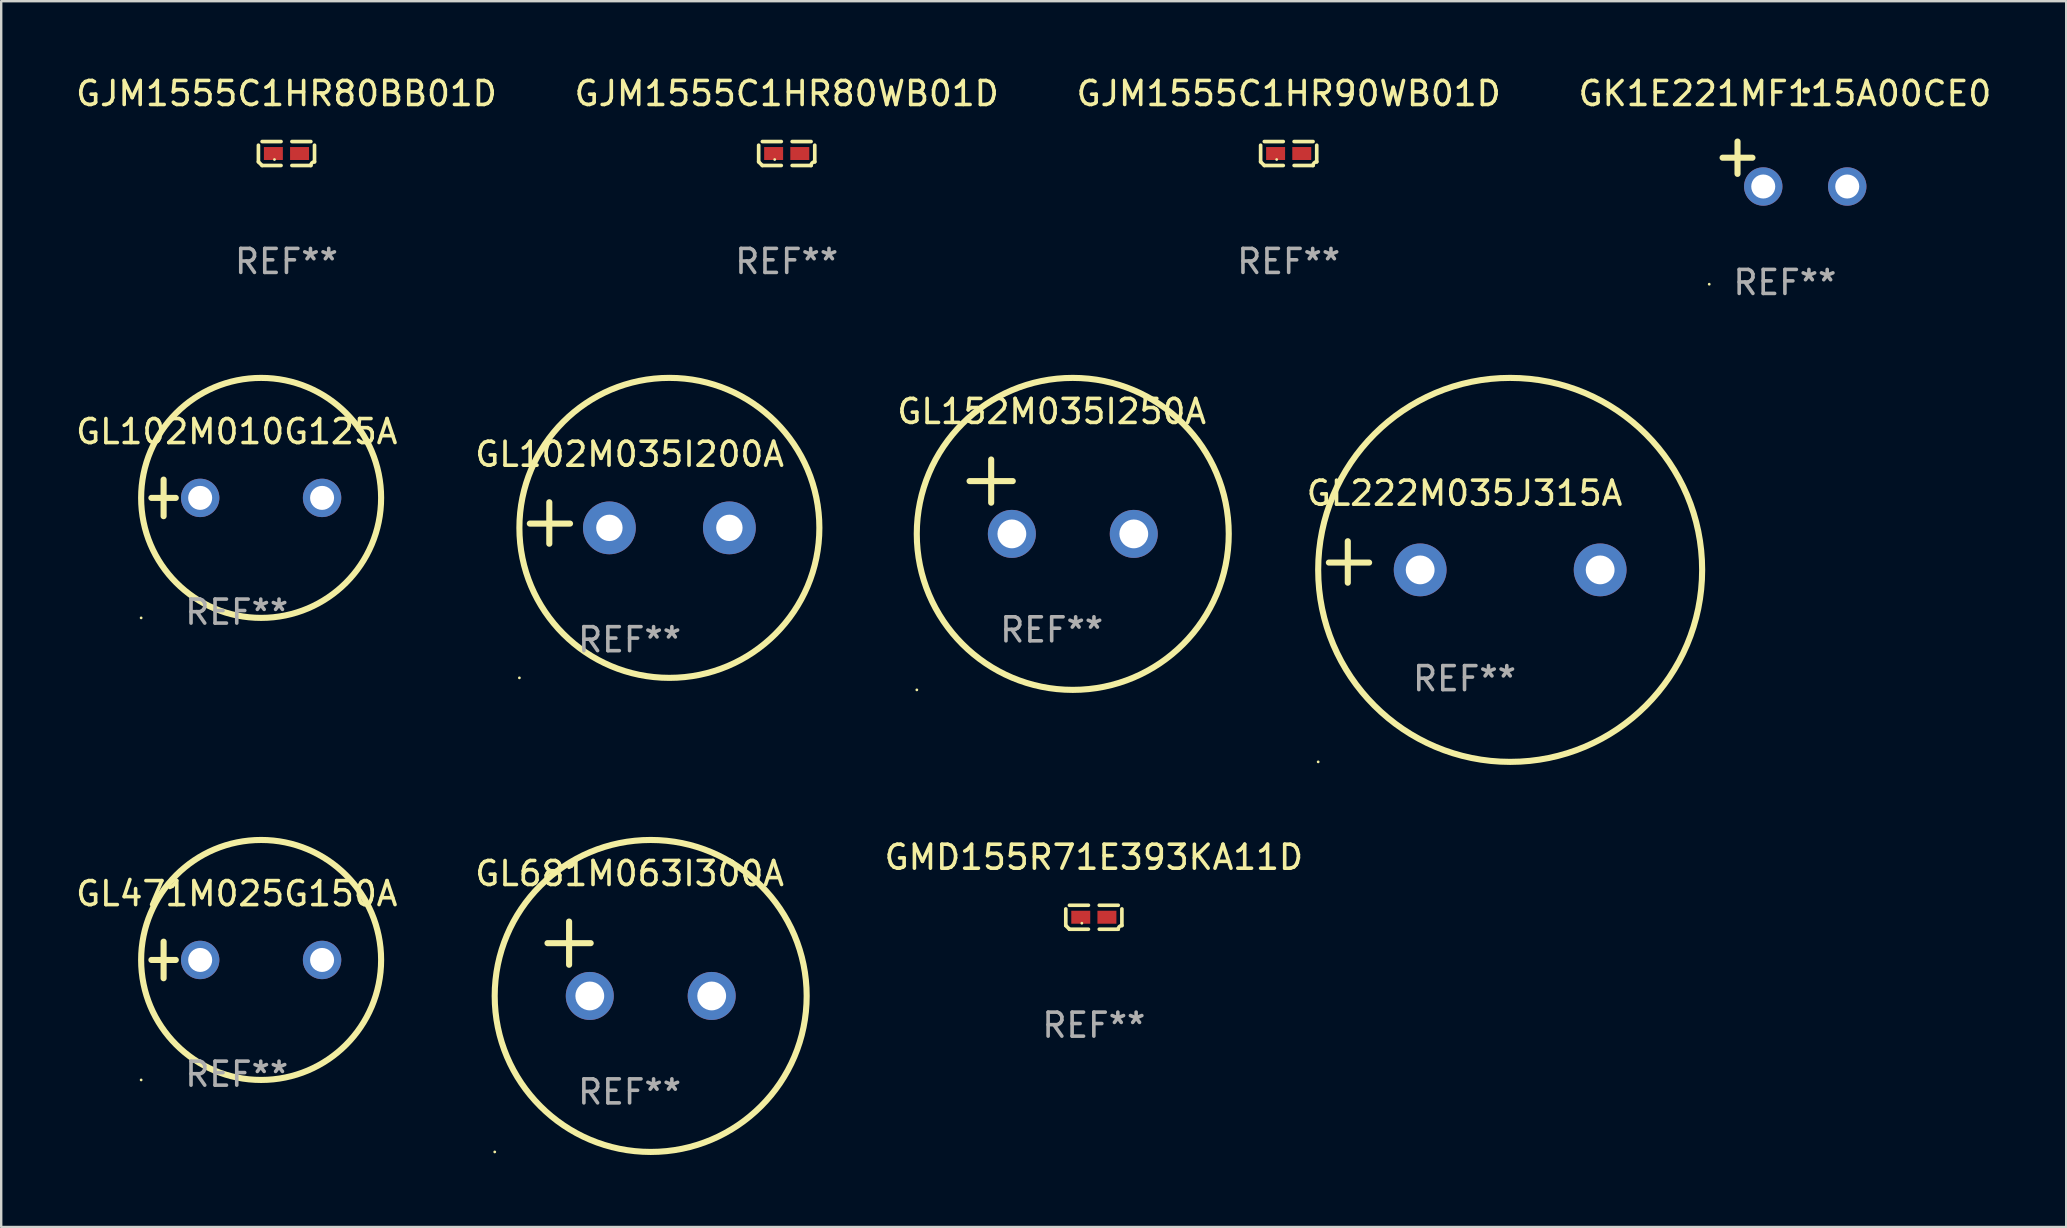
<source format=kicad_pcb>
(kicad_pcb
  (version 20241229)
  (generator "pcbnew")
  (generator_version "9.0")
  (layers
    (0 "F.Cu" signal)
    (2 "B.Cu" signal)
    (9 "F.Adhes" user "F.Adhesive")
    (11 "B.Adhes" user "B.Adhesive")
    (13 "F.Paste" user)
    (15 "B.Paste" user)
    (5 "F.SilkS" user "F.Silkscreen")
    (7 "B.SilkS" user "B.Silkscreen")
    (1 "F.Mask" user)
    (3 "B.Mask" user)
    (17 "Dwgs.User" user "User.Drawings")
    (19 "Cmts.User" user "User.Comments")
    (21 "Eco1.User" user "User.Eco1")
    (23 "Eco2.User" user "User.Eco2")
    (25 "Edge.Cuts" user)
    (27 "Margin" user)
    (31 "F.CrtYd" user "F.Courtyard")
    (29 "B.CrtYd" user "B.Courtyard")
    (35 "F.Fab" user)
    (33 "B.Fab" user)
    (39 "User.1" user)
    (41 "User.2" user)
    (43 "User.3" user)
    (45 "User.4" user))
  (footprint "GK1E221MF115A00CE0"
    (layer "F.Cu")
    (at 71.327 3.785)
    (property "Reference" "GK1E221MF115A00CE0" (at 0 -2.937 0) (layer "F.SilkS") (effects (font (size 1 1) (thickness 0.15))))
    (attr through_hole)
    (fp_line (start -1.975 0.41) (end -1.975 -0.937) (stroke (width 0.254) (type solid)) (layer "F.SilkS"))
    (fp_line (start -1.353 -0.263) (end -2.597 -0.263) (stroke (width 0.254) (type solid)) (layer "F.SilkS"))
    (fp_arc (start 0.849809 -3.063957) (mid 0.885369 -3.064114) (end 0.920929 -3.063957) (stroke (width 0.254001) (type solid)) (layer "F.SilkS"))
    (fp_circle (center -3.154 5.008) (end -3.124 5.008) (stroke (width 0.06) (type solid)) (fill no) (layer "F.SilkS"))
    (fp_text user "REF**" (at 0 4.937 0) (layer "F.Fab") (effects (font (size 1 1) (thickness 0.15))))
    (pad "1" thru_hole circle (at -0.903 0.937) (size 1.6 1.6) (drill 1) (layers "*.Cu" "*.Mask"))
    (pad "2" thru_hole circle (at 2.597 0.937) (size 1.6 1.6) (drill 1) (layers "*.Cu" "*.Mask")))
  (footprint "GMD155R71E393KA11D"
    (layer "F.Cu")
    (at 42.53 35.171)
    (property "Reference" "GMD155R71E393KA11D" (at 0 -2.499 0) (layer "F.SilkS") (effects (font (size 1 1) (thickness 0.15))))
    (attr through_hole)
    (fp_line (start -1.169 0.346) (end -1.169 -0.346) (stroke (width 0.152) (type solid)) (layer "F.SilkS"))
    (fp_line (start -1.016 -0.499) (end -0.226 -0.499) (stroke (width 0.152) (type solid)) (layer "F.SilkS"))
    (fp_line (start -0.226 0.499) (end -1.016 0.499) (stroke (width 0.152) (type solid)) (layer "F.SilkS"))
    (fp_line (start 0.226 0.499) (end 1.016 0.499) (stroke (width 0.152) (type solid)) (layer "F.SilkS"))
    (fp_line (start 1.016 -0.499) (end 0.226 -0.499) (stroke (width 0.152) (type solid)) (layer "F.SilkS"))
    (fp_line (start 1.169 0.346) (end 1.169 -0.346) (stroke (width 0.152) (type solid)) (layer "F.SilkS"))
    (fp_arc (start -1.016307 0.498603) (mid -1.092512 0.422405) (end -1.16871 0.3462) (stroke (width 0.1524) (type solid)) (layer "F.SilkS"))
    (fp_arc (start 1.016307 0.498603) (mid 1.060899 0.390758) (end 1.168707 0.346076) (stroke (width 0.1524) (type solid)) (layer "F.SilkS"))
    (fp_circle (center -0.5 0.25) (end -0.47 0.25) (stroke (width 0.06) (type solid)) (fill no) (layer "F.SilkS"))
    (fp_text user "REF**" (at 0 4.499 0) (layer "F.Fab") (effects (font (size 1 1) (thickness 0.15))))
    (pad "1" smd rect (at -0.545 0) (size 0.79 0.54) (layers "F.Cu" "F.Mask" "F.Paste"))
    (pad "2" smd rect (at 0.545 0) (size 0.79 0.54) (layers "F.Cu" "F.Mask" "F.Paste")))
  (footprint "GJM1555C1HR90WB01D"
    (layer "F.Cu")
    (at 50.649 3.347)
    (property "Reference" "GJM1555C1HR90WB01D" (at 0 -2.499 0) (layer "F.SilkS") (effects (font (size 1 1) (thickness 0.15))))
    (attr through_hole)
    (fp_line (start -1.169 0.346) (end -1.169 -0.346) (stroke (width 0.152) (type solid)) (layer "F.SilkS"))
    (fp_line (start -1.016 -0.499) (end -0.226 -0.499) (stroke (width 0.152) (type solid)) (layer "F.SilkS"))
    (fp_line (start -0.226 0.499) (end -1.016 0.499) (stroke (width 0.152) (type solid)) (layer "F.SilkS"))
    (fp_line (start 0.226 0.499) (end 1.016 0.499) (stroke (width 0.152) (type solid)) (layer "F.SilkS"))
    (fp_line (start 1.016 -0.499) (end 0.226 -0.499) (stroke (width 0.152) (type solid)) (layer "F.SilkS"))
    (fp_line (start 1.169 0.346) (end 1.169 -0.346) (stroke (width 0.152) (type solid)) (layer "F.SilkS"))
    (fp_arc (start -1.016307 0.498603) (mid -1.092512 0.422405) (end -1.16871 0.3462) (stroke (width 0.1524) (type solid)) (layer "F.SilkS"))
    (fp_arc (start 1.016307 0.498603) (mid 1.060899 0.390758) (end 1.168707 0.346076) (stroke (width 0.1524) (type solid)) (layer "F.SilkS"))
    (fp_circle (center -0.5 0.25) (end -0.47 0.25) (stroke (width 0.06) (type solid)) (fill no) (layer "F.SilkS"))
    (fp_text user "REF**" (at 0 4.499 0) (layer "F.Fab") (effects (font (size 1 1) (thickness 0.15))))
    (pad "1" smd rect (at -0.545 0) (size 0.79 0.54) (layers "F.Cu" "F.Mask" "F.Paste"))
    (pad "2" smd rect (at 0.545 0) (size 0.79 0.54) (layers "F.Cu" "F.Mask" "F.Paste")))
  (footprint "GL102M010G125A"
    (layer "F.Cu")
    (at 6.815 17.697)
    (property "Reference" "GL102M010G125A" (at 0 -2.762 0) (layer "F.SilkS") (effects (font (size 1 1) (thickness 0.15))))
    (attr through_hole)
    (fp_line (start -3.556 0) (end -2.54 0) (stroke (width 0.254) (type solid)) (layer "F.SilkS"))
    (fp_line (start -3.048 -0.762) (end -3.048 0.762) (stroke (width 0.254) (type solid)) (layer "F.SilkS"))
    (fp_circle (center -3.984 5) (end -3.954 5) (stroke (width 0.06) (type solid)) (fill no) (layer "F.SilkS"))
    (fp_circle (center 1.016 0) (end 6.016 0) (stroke (width 0.254) (type solid)) (fill no) (layer "F.SilkS"))
    (fp_text user "REF**" (at 0 4.762 0) (layer "F.Fab") (effects (font (size 1 1) (thickness 0.15))))
    (pad "1" thru_hole circle (at -1.524 0) (size 1.6 1.6) (drill 1) (layers "*.Cu" "*.Mask"))
    (pad "2" thru_hole circle (at 3.556 0) (size 1.6 1.6) (drill 1) (layers "*.Cu" "*.Mask")))
  (footprint "GJM1555C1HR80BB01D"
    (layer "F.Cu")
    (at 8.887 3.347)
    (property "Reference" "GJM1555C1HR80BB01D" (at 0 -2.499 0) (layer "F.SilkS") (effects (font (size 1 1) (thickness 0.15))))
    (attr through_hole)
    (fp_line (start -1.169 0.346) (end -1.169 -0.346) (stroke (width 0.152) (type solid)) (layer "F.SilkS"))
    (fp_line (start -1.016 -0.499) (end -0.226 -0.499) (stroke (width 0.152) (type solid)) (layer "F.SilkS"))
    (fp_line (start -0.226 0.499) (end -1.016 0.499) (stroke (width 0.152) (type solid)) (layer "F.SilkS"))
    (fp_line (start 0.226 0.499) (end 1.016 0.499) (stroke (width 0.152) (type solid)) (layer "F.SilkS"))
    (fp_line (start 1.016 -0.499) (end 0.226 -0.499) (stroke (width 0.152) (type solid)) (layer "F.SilkS"))
    (fp_line (start 1.169 0.346) (end 1.169 -0.346) (stroke (width 0.152) (type solid)) (layer "F.SilkS"))
    (fp_arc (start -1.016307 0.498603) (mid -1.092512 0.422405) (end -1.16871 0.3462) (stroke (width 0.1524) (type solid)) (layer "F.SilkS"))
    (fp_arc (start 1.016307 0.498603) (mid 1.060899 0.390758) (end 1.168707 0.346076) (stroke (width 0.1524) (type solid)) (layer "F.SilkS"))
    (fp_circle (center -0.5 0.25) (end -0.47 0.25) (stroke (width 0.06) (type solid)) (fill no) (layer "F.SilkS"))
    (fp_text user "REF**" (at 0 4.499 0) (layer "F.Fab") (effects (font (size 1 1) (thickness 0.15))))
    (pad "1" smd rect (at -0.545 0) (size 0.79 0.54) (layers "F.Cu" "F.Mask" "F.Paste"))
    (pad "2" smd rect (at 0.545 0) (size 0.79 0.54) (layers "F.Cu" "F.Mask" "F.Paste")))
  (footprint "GL102M035I200A"
    (layer "F.Cu")
    (at 23.185 18.743)
    (property "Reference" "GL102M035I200A" (at 0 -2.864 0) (layer "F.SilkS") (effects (font (size 1 1) (thickness 0.15))))
    (attr through_hole)
    (fp_line (start -3.346 0.864) (end -3.346 -0.864) (stroke (width 0.254) (type solid)) (layer "F.SilkS"))
    (fp_line (start -2.482 0.025) (end -4.158 0.025) (stroke (width 0.254) (type solid)) (layer "F.SilkS"))
    (fp_circle (center -4.592 6.453) (end -4.562 6.453) (stroke (width 0.06) (type solid)) (fill no) (layer "F.SilkS"))
    (fp_circle (center 1.658 0.203) (end 7.908 0.203) (stroke (width 0.254) (type solid)) (fill no) (layer "F.SilkS"))
    (fp_text user "REF**" (at 0 4.864 0) (layer "F.Fab") (effects (font (size 1 1) (thickness 0.15))))
    (pad "1" thru_hole circle (at -0.842 0.203) (size 2.2 2.2) (drill 1.1) (layers "*.Cu" "*.Mask"))
    (pad "2" thru_hole circle (at 4.158 0.203) (size 2.2 2.2) (drill 1.1) (layers "*.Cu" "*.Mask")))
  (footprint "GL222M035J315A"
    (layer "F.Cu")
    (at 57.976 20.367)
    (property "Reference" "GL222M035J315A" (at 0 -2.864 0) (layer "F.SilkS") (effects (font (size 1 1) (thickness 0.15))))
    (attr through_hole)
    (fp_line (start -4.864 0.864) (end -4.864 -0.864) (stroke (width 0.254) (type solid)) (layer "F.SilkS"))
    (fp_line (start -3.975 0.025) (end -5.652 0.025) (stroke (width 0.254) (type solid)) (layer "F.SilkS"))
    (fp_circle (center -6.098 8.33) (end -6.068 8.33) (stroke (width 0.06) (type solid)) (fill no) (layer "F.SilkS"))
    (fp_circle (center 1.902 0.33) (end 9.902 0.33) (stroke (width 0.254) (type solid)) (fill no) (layer "F.SilkS"))
    (fp_text user "REF**" (at 0 4.864 0) (layer "F.Fab") (effects (font (size 1 1) (thickness 0.15))))
    (pad "1" thru_hole circle (at -1.848 0.33) (size 2.2 2.2) (drill 1.2) (layers "*.Cu" "*.Mask"))
    (pad "2" thru_hole circle (at 5.652 0.33) (size 2.2 2.2) (drill 1.2) (layers "*.Cu" "*.Mask")))
  (footprint "GJM1555C1HR80WB01D"
    (layer "F.Cu")
    (at 29.732 3.347)
    (property "Reference" "GJM1555C1HR80WB01D" (at 0 -2.499 0) (layer "F.SilkS") (effects (font (size 1 1) (thickness 0.15))))
    (attr through_hole)
    (fp_line (start -1.169 0.346) (end -1.169 -0.346) (stroke (width 0.152) (type solid)) (layer "F.SilkS"))
    (fp_line (start -1.016 -0.499) (end -0.226 -0.499) (stroke (width 0.152) (type solid)) (layer "F.SilkS"))
    (fp_line (start -0.226 0.499) (end -1.016 0.499) (stroke (width 0.152) (type solid)) (layer "F.SilkS"))
    (fp_line (start 0.226 0.499) (end 1.016 0.499) (stroke (width 0.152) (type solid)) (layer "F.SilkS"))
    (fp_line (start 1.016 -0.499) (end 0.226 -0.499) (stroke (width 0.152) (type solid)) (layer "F.SilkS"))
    (fp_line (start 1.169 0.346) (end 1.169 -0.346) (stroke (width 0.152) (type solid)) (layer "F.SilkS"))
    (fp_arc (start -1.016307 0.498603) (mid -1.092512 0.422405) (end -1.16871 0.3462) (stroke (width 0.1524) (type solid)) (layer "F.SilkS"))
    (fp_arc (start 1.016307 0.498603) (mid 1.060899 0.390758) (end 1.168707 0.346076) (stroke (width 0.1524) (type solid)) (layer "F.SilkS"))
    (fp_circle (center -0.5 0.25) (end -0.47 0.25) (stroke (width 0.06) (type solid)) (fill no) (layer "F.SilkS"))
    (fp_text user "REF**" (at 0 4.499 0) (layer "F.Fab") (effects (font (size 1 1) (thickness 0.15))))
    (pad "1" smd rect (at -0.545 0) (size 0.79 0.54) (layers "F.Cu" "F.Mask" "F.Paste"))
    (pad "2" smd rect (at 0.545 0) (size 0.79 0.54) (layers "F.Cu" "F.Mask" "F.Paste")))
  (footprint "GL152M035I250A"
    (layer "F.Cu")
    (at 40.773 17.647)
    (property "Reference" "GL152M035I250A" (at 0 -3.55 0) (layer "F.SilkS") (effects (font (size 1 1) (thickness 0.15))))
    (attr through_hole)
    (fp_line (start -3.421 -0.65) (end -1.621 -0.65) (stroke (width 0.254) (type solid)) (layer "F.SilkS"))
    (fp_line (start -2.521 -1.55) (end -2.521 0.25) (stroke (width 0.254) (type solid)) (layer "F.SilkS"))
    (fp_circle (center -5.619 8.05) (end -5.589 8.05) (stroke (width 0.06) (type solid)) (fill no) (layer "F.SilkS"))
    (fp_circle (center 0.879 1.55) (end 7.379 1.55) (stroke (width 0.254) (type solid)) (fill no) (layer "F.SilkS"))
    (fp_text user "REF**" (at 0 5.55 0) (layer "F.Fab") (effects (font (size 1 1) (thickness 0.15))))
    (pad "1" thru_hole circle (at -1.659 1.55) (size 2 2) (drill 1.2) (layers "*.Cu" "*.Mask"))
    (pad "2" thru_hole circle (at 3.421 1.55) (size 2 2) (drill 1.2) (layers "*.Cu" "*.Mask")))
  (footprint "GL471M025G150A"
    (layer "F.Cu")
    (at 6.815 36.951)
    (property "Reference" "GL471M025G150A" (at 0 -2.762 0) (layer "F.SilkS") (effects (font (size 1 1) (thickness 0.15))))
    (attr through_hole)
    (fp_line (start -3.556 0) (end -2.54 0) (stroke (width 0.254) (type solid)) (layer "F.SilkS"))
    (fp_line (start -3.048 -0.762) (end -3.048 0.762) (stroke (width 0.254) (type solid)) (layer "F.SilkS"))
    (fp_circle (center -3.984 5) (end -3.954 5) (stroke (width 0.06) (type solid)) (fill no) (layer "F.SilkS"))
    (fp_circle (center 1.016 0) (end 6.016 0) (stroke (width 0.254) (type solid)) (fill no) (layer "F.SilkS"))
    (fp_text user "REF**" (at 0 4.762 0) (layer "F.Fab") (effects (font (size 1 1) (thickness 0.15))))
    (pad "1" thru_hole circle (at -1.524 0) (size 1.6 1.6) (drill 1) (layers "*.Cu" "*.Mask"))
    (pad "2" thru_hole circle (at 3.556 0) (size 1.6 1.6) (drill 1) (layers "*.Cu" "*.Mask")))
  (footprint "GL681M063I300A"
    (layer "F.Cu")
    (at 23.185 36.901)
    (property "Reference" "GL681M063I300A" (at 0 -3.55 0) (layer "F.SilkS") (effects (font (size 1 1) (thickness 0.15))))
    (attr through_hole)
    (fp_line (start -3.421 -0.65) (end -1.621 -0.65) (stroke (width 0.254) (type solid)) (layer "F.SilkS"))
    (fp_line (start -2.521 -1.55) (end -2.521 0.25) (stroke (width 0.254) (type solid)) (layer "F.SilkS"))
    (fp_circle (center -5.619 8.05) (end -5.589 8.05) (stroke (width 0.06) (type solid)) (fill no) (layer "F.SilkS"))
    (fp_circle (center 0.879 1.55) (end 7.379 1.55) (stroke (width 0.254) (type solid)) (fill no) (layer "F.SilkS"))
    (fp_text user "REF**" (at 0 5.55 0) (layer "F.Fab") (effects (font (size 1 1) (thickness 0.15))))
    (pad "1" thru_hole circle (at -1.659 1.55) (size 2 2) (drill 1.2) (layers "*.Cu" "*.Mask"))
    (pad "2" thru_hole circle (at 3.421 1.55) (size 2 2) (drill 1.2) (layers "*.Cu" "*.Mask")))
  (gr_rect
    (start -3 -3)
    (end 83.048 48.078)
    (stroke (width 0.1) (type default))
    (fill no)
    (layer "Edge.Cuts")))
</source>
